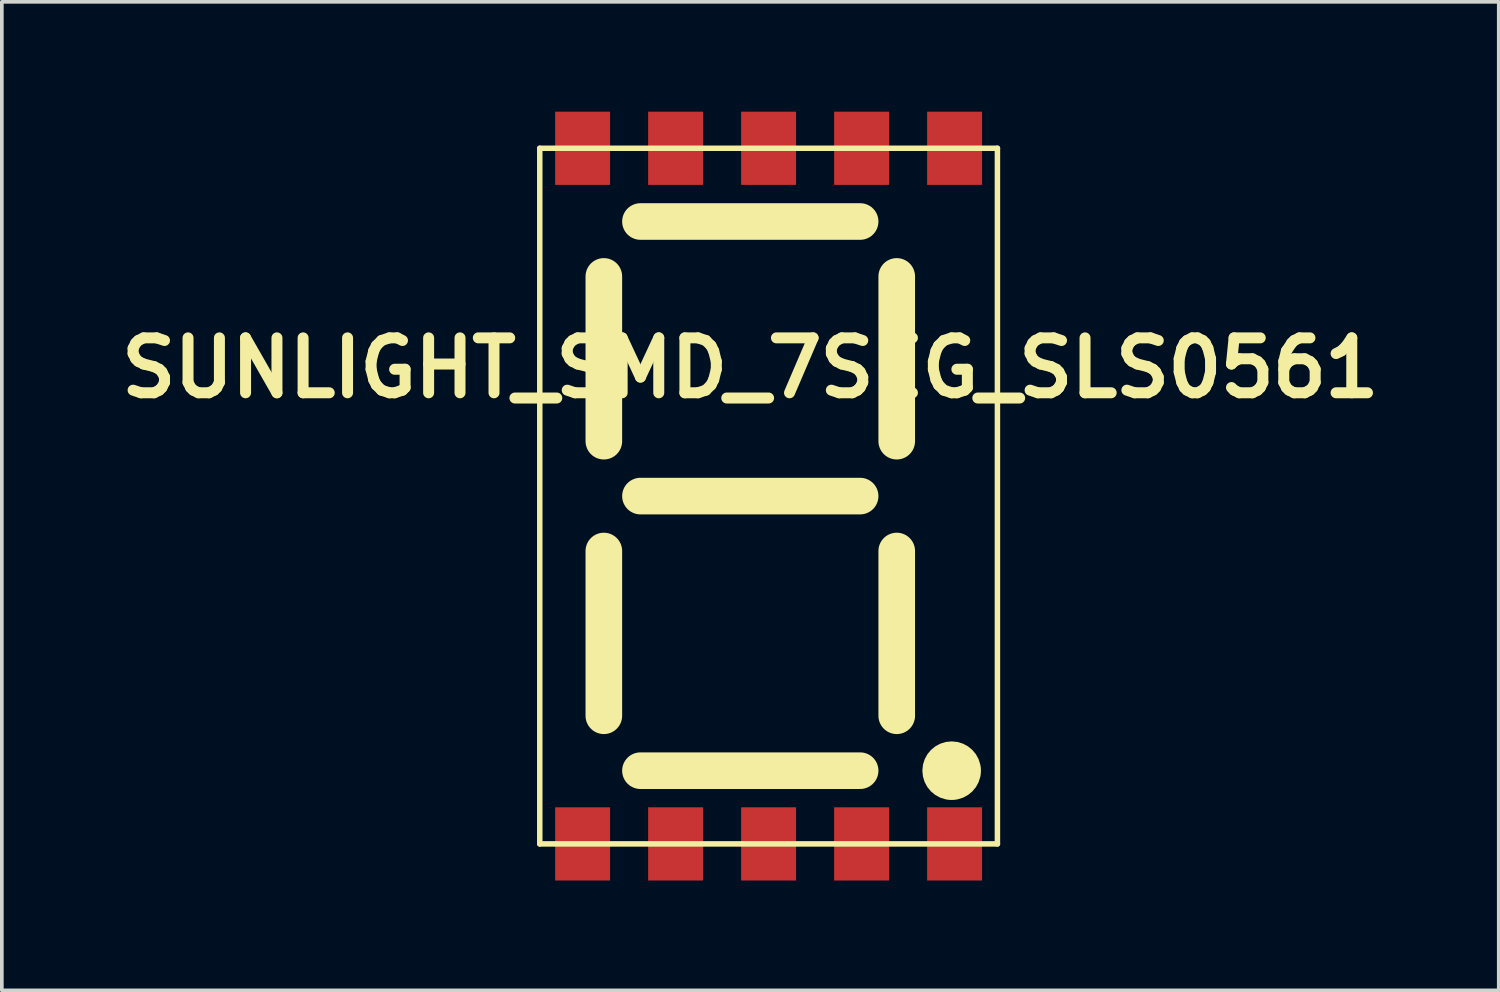
<source format=kicad_pcb>
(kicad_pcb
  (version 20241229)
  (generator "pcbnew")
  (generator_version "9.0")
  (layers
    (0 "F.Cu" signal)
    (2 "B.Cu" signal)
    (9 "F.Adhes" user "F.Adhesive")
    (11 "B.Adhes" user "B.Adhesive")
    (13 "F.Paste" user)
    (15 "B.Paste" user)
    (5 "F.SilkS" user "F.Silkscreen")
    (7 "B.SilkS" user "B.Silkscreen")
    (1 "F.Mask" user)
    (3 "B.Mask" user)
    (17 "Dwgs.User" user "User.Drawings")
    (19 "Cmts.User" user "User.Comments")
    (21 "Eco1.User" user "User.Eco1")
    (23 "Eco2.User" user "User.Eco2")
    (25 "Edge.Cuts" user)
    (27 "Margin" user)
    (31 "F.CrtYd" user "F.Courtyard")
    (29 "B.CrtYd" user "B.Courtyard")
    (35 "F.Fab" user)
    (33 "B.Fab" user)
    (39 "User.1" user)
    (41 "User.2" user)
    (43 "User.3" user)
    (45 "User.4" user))
  (footprint "SUNLIGHT_SMD_7SEG_SLS0561"
    (layer "F.Cu")
    (at 17.943 10.5)
    (property "Reference" "SUNLIGHT_SMD_7SEG_SLS0561" (at -0.5 -3.5 180) (layer "F.SilkS") (effects (font (size 1.5 1.5) (thickness 0.3))))
    (attr through_hole)
    (fp_line (start -6.25 -9.5) (end 6.25 -9.5) (stroke (width 0.15) (type solid)) (layer "F.SilkS"))
    (fp_line (start -6.25 9.5) (end -6.25 -9.5) (stroke (width 0.15) (type solid)) (layer "F.SilkS"))
    (fp_line (start -4.5 -6) (end -4.5 -1.5) (stroke (width 1) (type solid)) (layer "F.SilkS"))
    (fp_line (start -4.5 1.5) (end -4.5 6) (stroke (width 1) (type solid)) (layer "F.SilkS"))
    (fp_line (start -3.5 -7.5) (end 2.5 -7.5) (stroke (width 1) (type solid)) (layer "F.SilkS"))
    (fp_line (start -3.5 0) (end 2.5 0) (stroke (width 1) (type solid)) (layer "F.SilkS"))
    (fp_line (start -3.5 7.5) (end 2.5 7.5) (stroke (width 1) (type solid)) (layer "F.SilkS"))
    (fp_line (start 3.5 -6) (end 3.5 -1.5) (stroke (width 1) (type solid)) (layer "F.SilkS"))
    (fp_line (start 3.5 1.5) (end 3.5 6) (stroke (width 1) (type solid)) (layer "F.SilkS"))
    (fp_line (start 6.25 -9.5) (end 6.25 9.5) (stroke (width 0.15) (type solid)) (layer "F.SilkS"))
    (fp_line (start 6.25 9.5) (end -6.25 9.5) (stroke (width 0.15) (type solid)) (layer "F.SilkS"))
    (fp_circle (center 5 7.5) (end 5.4 7.5) (stroke (width 0.8) (type solid)) (fill no) (layer "F.SilkS"))
    (pad "1" smd rect (at -5.08 9.5) (size 1.5 2) (layers "F.Cu" "F.Mask" "F.Paste"))
    (pad "2" smd rect (at -2.54 9.5) (size 1.5 2) (layers "F.Cu" "F.Mask" "F.Paste"))
    (pad "3" smd rect (at 0 9.5) (size 1.5 2) (layers "F.Cu" "F.Mask" "F.Paste"))
    (pad "4" smd rect (at 2.54 9.5) (size 1.5 2) (layers "F.Cu" "F.Mask" "F.Paste"))
    (pad "5" smd rect (at 5.08 9.5) (size 1.5 2) (layers "F.Cu" "F.Mask" "F.Paste"))
    (pad "6" smd rect (at 5.08 -9.5) (size 1.5 2) (layers "F.Cu" "F.Mask" "F.Paste"))
    (pad "7" smd rect (at 2.54 -9.5) (size 1.5 2) (layers "F.Cu" "F.Mask" "F.Paste"))
    (pad "8" smd rect (at 0 -9.5) (size 1.5 2) (layers "F.Cu" "F.Mask" "F.Paste"))
    (pad "9" smd rect (at -2.54 -9.5) (size 1.5 2) (layers "F.Cu" "F.Mask" "F.Paste"))
    (pad "10" smd rect (at -5.08 -9.5) (size 1.5 2) (layers "F.Cu" "F.Mask" "F.Paste")))
  (gr_rect
    (start -3 -3)
    (end 37.886 24)
    (stroke (width 0.1) (type default))
    (fill no)
    (layer "Edge.Cuts")))
</source>
